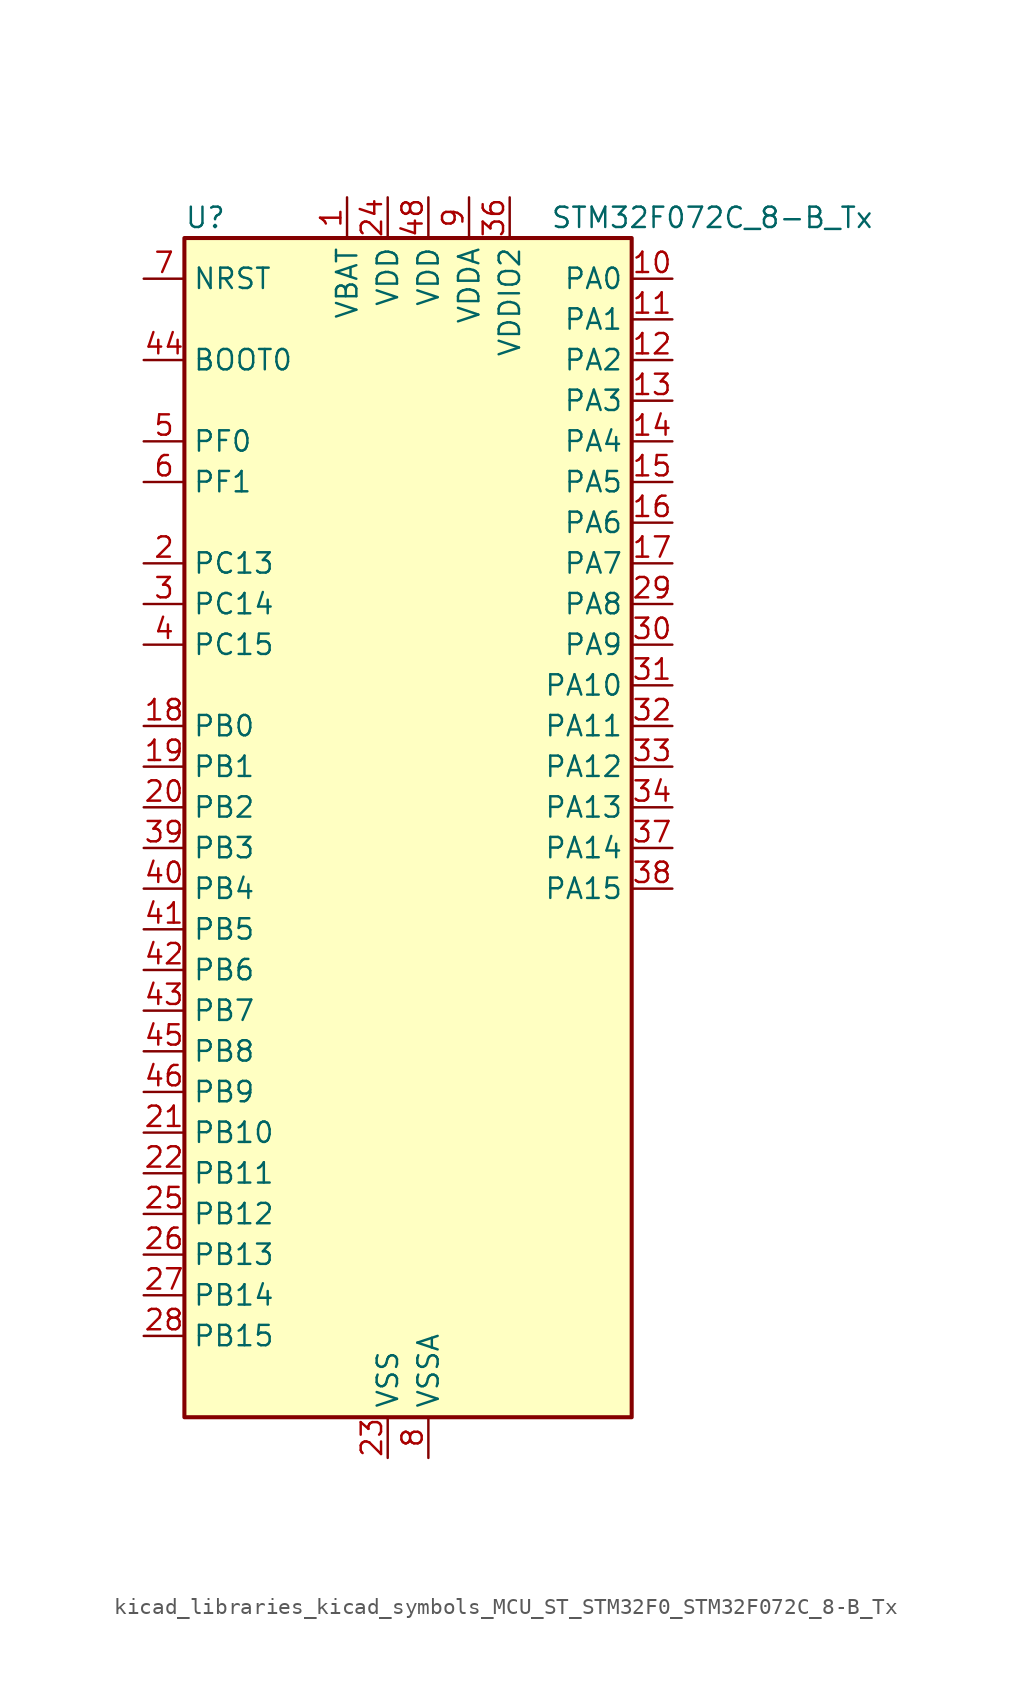
<source format=kicad_sym>
(kicad_symbol_lib
  (version 20220914)
  (generator kicad_symbol_editor)
  (symbol "kicad_libraries_kicad_symbols_MCU_ST_STM32F0_STM32F072C_8-B_Tx"
    (property "Reference" "U"
      (at -12.7 39.37 0)
      (effects (font (size 1.27 1.27)) (justify left)))
    (property "Value" "STM32F072C_8-B_Tx"
      (at 10.16 39.37 0)
      (effects (font (size 1.27 1.27)) (justify left)))
    (property "ki_locked" ""
      (at 0 0 0)
      (effects (font (size 1.27 1.27))))
    (symbol "kicad_libraries_kicad_symbols_MCU_ST_STM32F0_STM32F072C_8-B_Tx_0_1"
      (rectangle (start -12.7 -35.56) (end 15.24 38.1) (stroke (width 0.254) (type default)) (fill (type background))))
    (symbol "kicad_libraries_kicad_symbols_MCU_ST_STM32F0_STM32F072C_8-B_Tx_1_1"
      (pin power_in line (at -2.54 40.64 270) (length 2.54) (name "VBAT" (effects (font (size 1.27 1.27)))) (number "1" (effects (font (size 1.27 1.27)))))
      (pin bidirectional line (at 17.78 35.56 180) (length 2.54) (name "PA0" (effects (font (size 1.27 1.27)))) (number "10" (effects (font (size 1.27 1.27)))) (alternate "ADC_IN0" bidirectional line) (alternate "COMP1_INM" bidirectional line) (alternate "COMP1_OUT" bidirectional line) (alternate "RTC_TAMP2" bidirectional line) (alternate "SYS_WKUP1" bidirectional line) (alternate "TIM2_CH1" bidirectional line) (alternate "TIM2_ETR" bidirectional line) (alternate "TSC_G1_IO1" bidirectional line) (alternate "USART2_CTS" bidirectional line) (alternate "USART4_TX" bidirectional line))
      (pin bidirectional line (at 17.78 33.02 180) (length 2.54) (name "PA1" (effects (font (size 1.27 1.27)))) (number "11" (effects (font (size 1.27 1.27)))) (alternate "ADC_IN1" bidirectional line) (alternate "COMP1_INP" bidirectional line) (alternate "TIM15_CH1N" bidirectional line) (alternate "TIM2_CH2" bidirectional line) (alternate "TSC_G1_IO2" bidirectional line) (alternate "USART2_DE" bidirectional line) (alternate "USART2_RTS" bidirectional line) (alternate "USART4_RX" bidirectional line))
      (pin bidirectional line (at 17.78 30.48 180) (length 2.54) (name "PA2" (effects (font (size 1.27 1.27)))) (number "12" (effects (font (size 1.27 1.27)))) (alternate "ADC_IN2" bidirectional line) (alternate "COMP2_INM" bidirectional line) (alternate "COMP2_OUT" bidirectional line) (alternate "SYS_WKUP4" bidirectional line) (alternate "TIM15_CH1" bidirectional line) (alternate "TIM2_CH3" bidirectional line) (alternate "TSC_G1_IO3" bidirectional line) (alternate "USART2_TX" bidirectional line))
      (pin bidirectional line (at 17.78 27.94 180) (length 2.54) (name "PA3" (effects (font (size 1.27 1.27)))) (number "13" (effects (font (size 1.27 1.27)))) (alternate "ADC_IN3" bidirectional line) (alternate "COMP2_INP" bidirectional line) (alternate "TIM15_CH2" bidirectional line) (alternate "TIM2_CH4" bidirectional line) (alternate "TSC_G1_IO4" bidirectional line) (alternate "USART2_RX" bidirectional line))
      (pin bidirectional line (at 17.78 25.4 180) (length 2.54) (name "PA4" (effects (font (size 1.27 1.27)))) (number "14" (effects (font (size 1.27 1.27)))) (alternate "ADC_IN4" bidirectional line) (alternate "COMP1_INM" bidirectional line) (alternate "COMP2_INM" bidirectional line) (alternate "DAC_OUT1" bidirectional line) (alternate "I2S1_WS" bidirectional line) (alternate "SPI1_NSS" bidirectional line) (alternate "TIM14_CH1" bidirectional line) (alternate "TSC_G2_IO1" bidirectional line) (alternate "USART2_CK" bidirectional line))
      (pin bidirectional line (at 17.78 22.86 180) (length 2.54) (name "PA5" (effects (font (size 1.27 1.27)))) (number "15" (effects (font (size 1.27 1.27)))) (alternate "ADC_IN5" bidirectional line) (alternate "CEC" bidirectional line) (alternate "COMP1_INM" bidirectional line) (alternate "COMP2_INM" bidirectional line) (alternate "DAC_OUT2" bidirectional line) (alternate "I2S1_CK" bidirectional line) (alternate "SPI1_SCK" bidirectional line) (alternate "TIM2_CH1" bidirectional line) (alternate "TIM2_ETR" bidirectional line) (alternate "TSC_G2_IO2" bidirectional line))
      (pin bidirectional line (at 17.78 20.32 180) (length 2.54) (name "PA6" (effects (font (size 1.27 1.27)))) (number "16" (effects (font (size 1.27 1.27)))) (alternate "ADC_IN6" bidirectional line) (alternate "COMP1_OUT" bidirectional line) (alternate "I2S1_MCK" bidirectional line) (alternate "SPI1_MISO" bidirectional line) (alternate "TIM16_CH1" bidirectional line) (alternate "TIM1_BKIN" bidirectional line) (alternate "TIM3_CH1" bidirectional line) (alternate "TSC_G2_IO3" bidirectional line) (alternate "USART3_CTS" bidirectional line))
      (pin bidirectional line (at 17.78 17.78 180) (length 2.54) (name "PA7" (effects (font (size 1.27 1.27)))) (number "17" (effects (font (size 1.27 1.27)))) (alternate "ADC_IN7" bidirectional line) (alternate "COMP2_OUT" bidirectional line) (alternate "I2S1_SD" bidirectional line) (alternate "SPI1_MOSI" bidirectional line) (alternate "TIM14_CH1" bidirectional line) (alternate "TIM17_CH1" bidirectional line) (alternate "TIM1_CH1N" bidirectional line) (alternate "TIM3_CH2" bidirectional line) (alternate "TSC_G2_IO4" bidirectional line))
      (pin bidirectional line (at -15.24 7.62 0) (length 2.54) (name "PB0" (effects (font (size 1.27 1.27)))) (number "18" (effects (font (size 1.27 1.27)))) (alternate "ADC_IN8" bidirectional line) (alternate "TIM1_CH2N" bidirectional line) (alternate "TIM3_CH3" bidirectional line) (alternate "TSC_G3_IO2" bidirectional line) (alternate "USART3_CK" bidirectional line))
      (pin bidirectional line (at -15.24 5.08 0) (length 2.54) (name "PB1" (effects (font (size 1.27 1.27)))) (number "19" (effects (font (size 1.27 1.27)))) (alternate "ADC_IN9" bidirectional line) (alternate "TIM14_CH1" bidirectional line) (alternate "TIM1_CH3N" bidirectional line) (alternate "TIM3_CH4" bidirectional line) (alternate "TSC_G3_IO3" bidirectional line) (alternate "USART3_DE" bidirectional line) (alternate "USART3_RTS" bidirectional line))
      (pin bidirectional line (at -15.24 17.78 0) (length 2.54) (name "PC13" (effects (font (size 1.27 1.27)))) (number "2" (effects (font (size 1.27 1.27)))) (alternate "RTC_OUT_ALARM" bidirectional line) (alternate "RTC_OUT_CALIB" bidirectional line) (alternate "RTC_TAMP1" bidirectional line) (alternate "RTC_TS" bidirectional line) (alternate "SYS_WKUP2" bidirectional line))
      (pin bidirectional line (at -15.24 2.54 0) (length 2.54) (name "PB2" (effects (font (size 1.27 1.27)))) (number "20" (effects (font (size 1.27 1.27)))) (alternate "TSC_G3_IO4" bidirectional line))
      (pin bidirectional line (at -15.24 -17.78 0) (length 2.54) (name "PB10" (effects (font (size 1.27 1.27)))) (number "21" (effects (font (size 1.27 1.27)))) (alternate "CEC" bidirectional line) (alternate "I2C2_SCL" bidirectional line) (alternate "I2S2_CK" bidirectional line) (alternate "SPI2_SCK" bidirectional line) (alternate "TIM2_CH3" bidirectional line) (alternate "TSC_SYNC" bidirectional line) (alternate "USART3_TX" bidirectional line))
      (pin bidirectional line (at -15.24 -20.32 0) (length 2.54) (name "PB11" (effects (font (size 1.27 1.27)))) (number "22" (effects (font (size 1.27 1.27)))) (alternate "I2C2_SDA" bidirectional line) (alternate "TIM2_CH4" bidirectional line) (alternate "TSC_G6_IO1" bidirectional line) (alternate "USART3_RX" bidirectional line))
      (pin power_in line (at 0 -38.1 90) (length 2.54) (name "VSS" (effects (font (size 1.27 1.27)))) (number "23" (effects (font (size 1.27 1.27)))))
      (pin power_in line (at 0 40.64 270) (length 2.54) (name "VDD" (effects (font (size 1.27 1.27)))) (number "24" (effects (font (size 1.27 1.27)))))
      (pin bidirectional line (at -15.24 -22.86 0) (length 2.54) (name "PB12" (effects (font (size 1.27 1.27)))) (number "25" (effects (font (size 1.27 1.27)))) (alternate "I2S2_WS" bidirectional line) (alternate "SPI2_NSS" bidirectional line) (alternate "TIM15_BKIN" bidirectional line) (alternate "TIM1_BKIN" bidirectional line) (alternate "TSC_G6_IO2" bidirectional line) (alternate "USART3_CK" bidirectional line))
      (pin bidirectional line (at -15.24 -25.4 0) (length 2.54) (name "PB13" (effects (font (size 1.27 1.27)))) (number "26" (effects (font (size 1.27 1.27)))) (alternate "I2C2_SCL" bidirectional line) (alternate "I2S2_CK" bidirectional line) (alternate "SPI2_SCK" bidirectional line) (alternate "TIM1_CH1N" bidirectional line) (alternate "TSC_G6_IO3" bidirectional line) (alternate "USART3_CTS" bidirectional line))
      (pin bidirectional line (at -15.24 -27.94 0) (length 2.54) (name "PB14" (effects (font (size 1.27 1.27)))) (number "27" (effects (font (size 1.27 1.27)))) (alternate "I2C2_SDA" bidirectional line) (alternate "I2S2_MCK" bidirectional line) (alternate "SPI2_MISO" bidirectional line) (alternate "TIM15_CH1" bidirectional line) (alternate "TIM1_CH2N" bidirectional line) (alternate "TSC_G6_IO4" bidirectional line) (alternate "USART3_DE" bidirectional line) (alternate "USART3_RTS" bidirectional line))
      (pin bidirectional line (at -15.24 -30.48 0) (length 2.54) (name "PB15" (effects (font (size 1.27 1.27)))) (number "28" (effects (font (size 1.27 1.27)))) (alternate "I2S2_SD" bidirectional line) (alternate "RTC_REFIN" bidirectional line) (alternate "SPI2_MOSI" bidirectional line) (alternate "SYS_WKUP7" bidirectional line) (alternate "TIM15_CH1N" bidirectional line) (alternate "TIM15_CH2" bidirectional line) (alternate "TIM1_CH3N" bidirectional line))
      (pin bidirectional line (at 17.78 15.24 180) (length 2.54) (name "PA8" (effects (font (size 1.27 1.27)))) (number "29" (effects (font (size 1.27 1.27)))) (alternate "CRS_SYNC" bidirectional line) (alternate "RCC_MCO" bidirectional line) (alternate "TIM1_CH1" bidirectional line) (alternate "USART1_CK" bidirectional line))
      (pin bidirectional line (at -15.24 15.24 0) (length 2.54) (name "PC14" (effects (font (size 1.27 1.27)))) (number "3" (effects (font (size 1.27 1.27)))) (alternate "RCC_OSC32_IN" bidirectional line))
      (pin bidirectional line (at 17.78 12.7 180) (length 2.54) (name "PA9" (effects (font (size 1.27 1.27)))) (number "30" (effects (font (size 1.27 1.27)))) (alternate "DAC_EXTI9" bidirectional line) (alternate "TIM15_BKIN" bidirectional line) (alternate "TIM1_CH2" bidirectional line) (alternate "TSC_G4_IO1" bidirectional line) (alternate "USART1_TX" bidirectional line))
      (pin bidirectional line (at 17.78 10.16 180) (length 2.54) (name "PA10" (effects (font (size 1.27 1.27)))) (number "31" (effects (font (size 1.27 1.27)))) (alternate "TIM17_BKIN" bidirectional line) (alternate "TIM1_CH3" bidirectional line) (alternate "TSC_G4_IO2" bidirectional line) (alternate "USART1_RX" bidirectional line))
      (pin bidirectional line (at 17.78 7.62 180) (length 2.54) (name "PA11" (effects (font (size 1.27 1.27)))) (number "32" (effects (font (size 1.27 1.27)))) (alternate "CAN_RX" bidirectional line) (alternate "COMP1_OUT" bidirectional line) (alternate "TIM1_CH4" bidirectional line) (alternate "TSC_G4_IO3" bidirectional line) (alternate "USART1_CTS" bidirectional line) (alternate "USB_DM" bidirectional line))
      (pin bidirectional line (at 17.78 5.08 180) (length 2.54) (name "PA12" (effects (font (size 1.27 1.27)))) (number "33" (effects (font (size 1.27 1.27)))) (alternate "CAN_TX" bidirectional line) (alternate "COMP2_OUT" bidirectional line) (alternate "TIM1_ETR" bidirectional line) (alternate "TSC_G4_IO4" bidirectional line) (alternate "USART1_DE" bidirectional line) (alternate "USART1_RTS" bidirectional line) (alternate "USB_DP" bidirectional line))
      (pin bidirectional line (at 17.78 2.54 180) (length 2.54) (name "PA13" (effects (font (size 1.27 1.27)))) (number "34" (effects (font (size 1.27 1.27)))) (alternate "IR_OUT" bidirectional line) (alternate "SYS_SWDIO" bidirectional line) (alternate "USB_NOE" bidirectional line))
      (pin passive line (at 0 -38.1 90) (length 2.54) hide (name "VSS" (effects (font (size 1.27 1.27)))) (number "35" (effects (font (size 1.27 1.27)))))
      (pin power_in line (at 7.62 40.64 270) (length 2.54) (name "VDDIO2" (effects (font (size 1.27 1.27)))) (number "36" (effects (font (size 1.27 1.27)))))
      (pin bidirectional line (at 17.78 0 180) (length 2.54) (name "PA14" (effects (font (size 1.27 1.27)))) (number "37" (effects (font (size 1.27 1.27)))) (alternate "SYS_SWCLK" bidirectional line) (alternate "USART2_TX" bidirectional line))
      (pin bidirectional line (at 17.78 -2.54 180) (length 2.54) (name "PA15" (effects (font (size 1.27 1.27)))) (number "38" (effects (font (size 1.27 1.27)))) (alternate "I2S1_WS" bidirectional line) (alternate "SPI1_NSS" bidirectional line) (alternate "TIM2_CH1" bidirectional line) (alternate "TIM2_ETR" bidirectional line) (alternate "USART2_RX" bidirectional line) (alternate "USART4_DE" bidirectional line) (alternate "USART4_RTS" bidirectional line))
      (pin bidirectional line (at -15.24 0 0) (length 2.54) (name "PB3" (effects (font (size 1.27 1.27)))) (number "39" (effects (font (size 1.27 1.27)))) (alternate "I2S1_CK" bidirectional line) (alternate "SPI1_SCK" bidirectional line) (alternate "TIM2_CH2" bidirectional line) (alternate "TSC_G5_IO1" bidirectional line))
      (pin bidirectional line (at -15.24 12.7 0) (length 2.54) (name "PC15" (effects (font (size 1.27 1.27)))) (number "4" (effects (font (size 1.27 1.27)))) (alternate "RCC_OSC32_OUT" bidirectional line))
      (pin bidirectional line (at -15.24 -2.54 0) (length 2.54) (name "PB4" (effects (font (size 1.27 1.27)))) (number "40" (effects (font (size 1.27 1.27)))) (alternate "I2S1_MCK" bidirectional line) (alternate "SPI1_MISO" bidirectional line) (alternate "TIM17_BKIN" bidirectional line) (alternate "TIM3_CH1" bidirectional line) (alternate "TSC_G5_IO2" bidirectional line))
      (pin bidirectional line (at -15.24 -5.08 0) (length 2.54) (name "PB5" (effects (font (size 1.27 1.27)))) (number "41" (effects (font (size 1.27 1.27)))) (alternate "I2C1_SMBA" bidirectional line) (alternate "I2S1_SD" bidirectional line) (alternate "SPI1_MOSI" bidirectional line) (alternate "SYS_WKUP6" bidirectional line) (alternate "TIM16_BKIN" bidirectional line) (alternate "TIM3_CH2" bidirectional line))
      (pin bidirectional line (at -15.24 -7.62 0) (length 2.54) (name "PB6" (effects (font (size 1.27 1.27)))) (number "42" (effects (font (size 1.27 1.27)))) (alternate "I2C1_SCL" bidirectional line) (alternate "TIM16_CH1N" bidirectional line) (alternate "TSC_G5_IO3" bidirectional line) (alternate "USART1_TX" bidirectional line))
      (pin bidirectional line (at -15.24 -10.16 0) (length 2.54) (name "PB7" (effects (font (size 1.27 1.27)))) (number "43" (effects (font (size 1.27 1.27)))) (alternate "I2C1_SDA" bidirectional line) (alternate "TIM17_CH1N" bidirectional line) (alternate "TSC_G5_IO4" bidirectional line) (alternate "USART1_RX" bidirectional line) (alternate "USART4_CTS" bidirectional line))
      (pin input line (at -15.24 30.48 0) (length 2.54) (name "BOOT0" (effects (font (size 1.27 1.27)))) (number "44" (effects (font (size 1.27 1.27)))))
      (pin bidirectional line (at -15.24 -12.7 0) (length 2.54) (name "PB8" (effects (font (size 1.27 1.27)))) (number "45" (effects (font (size 1.27 1.27)))) (alternate "CAN_RX" bidirectional line) (alternate "CEC" bidirectional line) (alternate "I2C1_SCL" bidirectional line) (alternate "TIM16_CH1" bidirectional line) (alternate "TSC_SYNC" bidirectional line))
      (pin bidirectional line (at -15.24 -15.24 0) (length 2.54) (name "PB9" (effects (font (size 1.27 1.27)))) (number "46" (effects (font (size 1.27 1.27)))) (alternate "CAN_TX" bidirectional line) (alternate "DAC_EXTI9" bidirectional line) (alternate "I2C1_SDA" bidirectional line) (alternate "I2S2_WS" bidirectional line) (alternate "IR_OUT" bidirectional line) (alternate "SPI2_NSS" bidirectional line) (alternate "TIM17_CH1" bidirectional line))
      (pin passive line (at 0 -38.1 90) (length 2.54) hide (name "VSS" (effects (font (size 1.27 1.27)))) (number "47" (effects (font (size 1.27 1.27)))))
      (pin power_in line (at 2.54 40.64 270) (length 2.54) (name "VDD" (effects (font (size 1.27 1.27)))) (number "48" (effects (font (size 1.27 1.27)))))
      (pin bidirectional line (at -15.24 25.4 0) (length 2.54) (name "PF0" (effects (font (size 1.27 1.27)))) (number "5" (effects (font (size 1.27 1.27)))) (alternate "CRS_SYNC" bidirectional line) (alternate "RCC_OSC_IN" bidirectional line))
      (pin bidirectional line (at -15.24 22.86 0) (length 2.54) (name "PF1" (effects (font (size 1.27 1.27)))) (number "6" (effects (font (size 1.27 1.27)))) (alternate "RCC_OSC_OUT" bidirectional line))
      (pin input line (at -15.24 35.56 0) (length 2.54) (name "NRST" (effects (font (size 1.27 1.27)))) (number "7" (effects (font (size 1.27 1.27)))))
      (pin power_in line (at 2.54 -38.1 90) (length 2.54) (name "VSSA" (effects (font (size 1.27 1.27)))) (number "8" (effects (font (size 1.27 1.27)))))
      (pin power_in line (at 5.08 40.64 270) (length 2.54) (name "VDDA" (effects (font (size 1.27 1.27)))) (number "9" (effects (font (size 1.27 1.27))))))))
</source>
